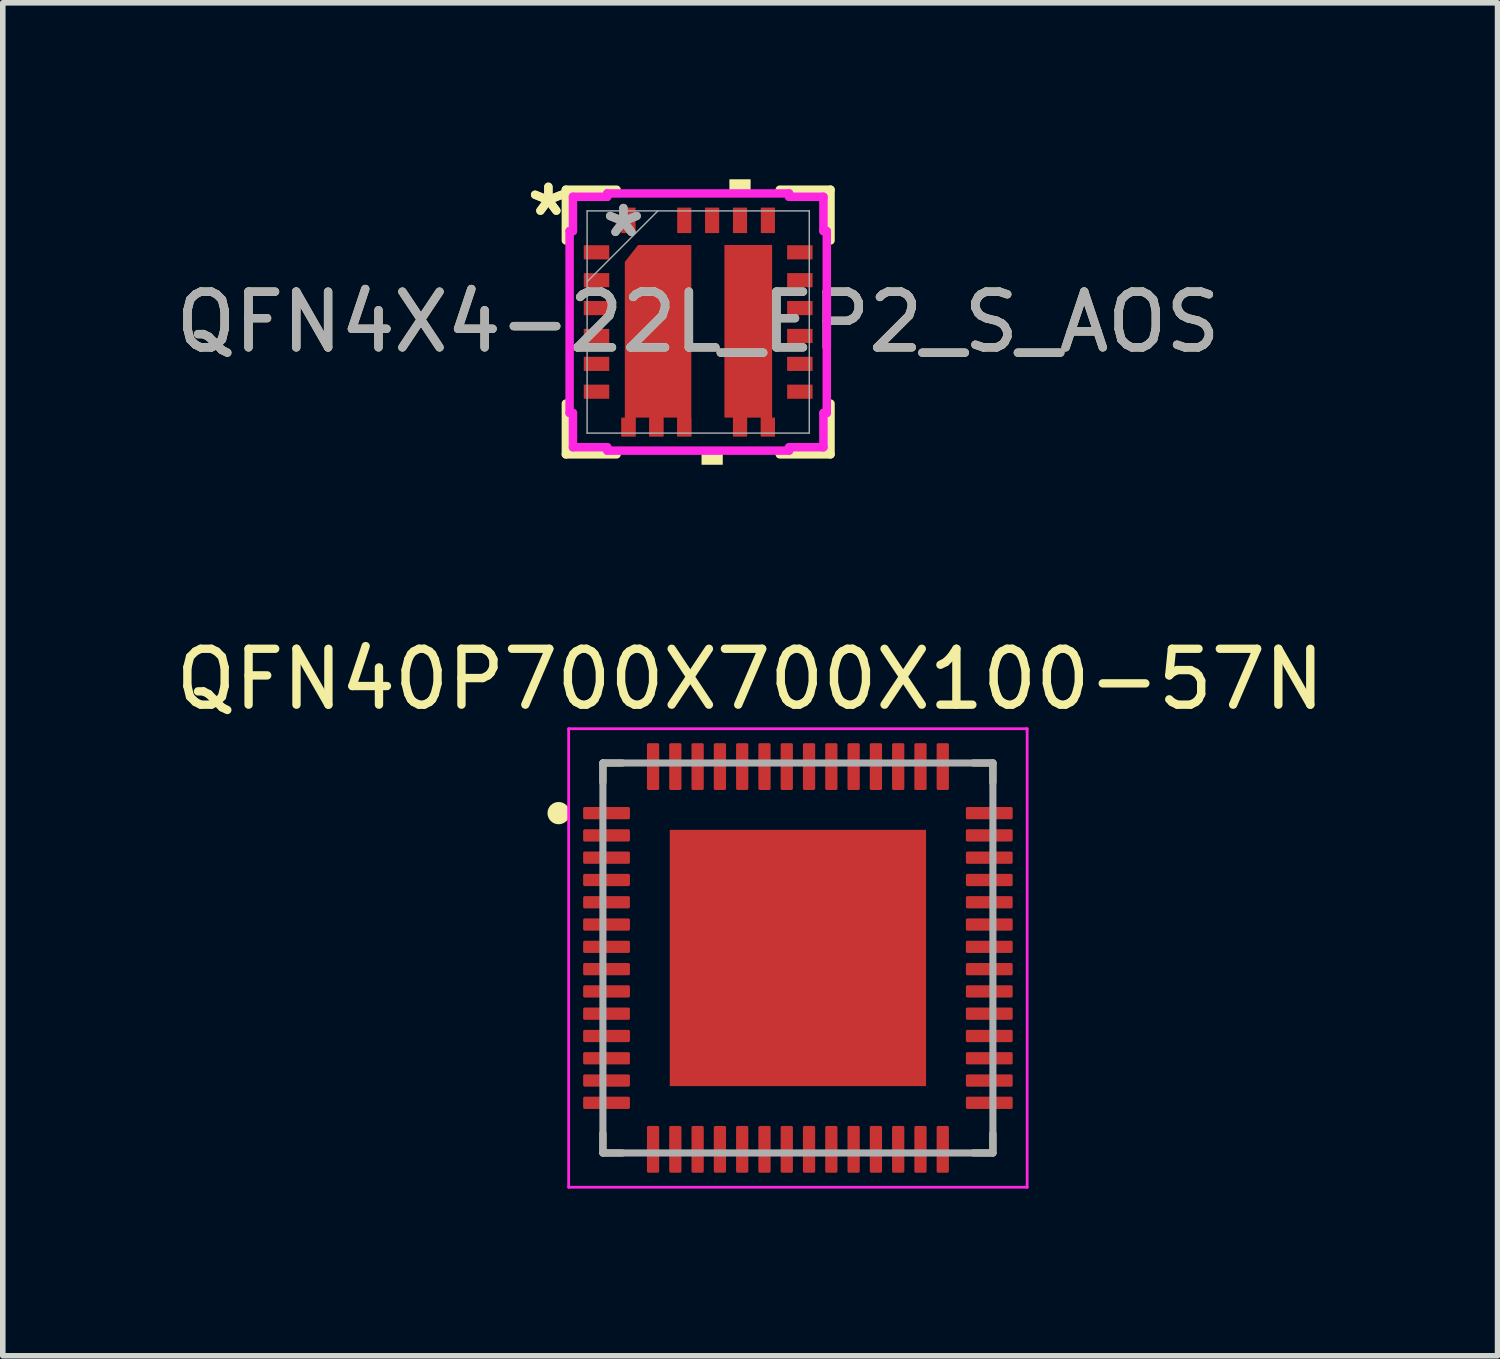
<source format=kicad_pcb>
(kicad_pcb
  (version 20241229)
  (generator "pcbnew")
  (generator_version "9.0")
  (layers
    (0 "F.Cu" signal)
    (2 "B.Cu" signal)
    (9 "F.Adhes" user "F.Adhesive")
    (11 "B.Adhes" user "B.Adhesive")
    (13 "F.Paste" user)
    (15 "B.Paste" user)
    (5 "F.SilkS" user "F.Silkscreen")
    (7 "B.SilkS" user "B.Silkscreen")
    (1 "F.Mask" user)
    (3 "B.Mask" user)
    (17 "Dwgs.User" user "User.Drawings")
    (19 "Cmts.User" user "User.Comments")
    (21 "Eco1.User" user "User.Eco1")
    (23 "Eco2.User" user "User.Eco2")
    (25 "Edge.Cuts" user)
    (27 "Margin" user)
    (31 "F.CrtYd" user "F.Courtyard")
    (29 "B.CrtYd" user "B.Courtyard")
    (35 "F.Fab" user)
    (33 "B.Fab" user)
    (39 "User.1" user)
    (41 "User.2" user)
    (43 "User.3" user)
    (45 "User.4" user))
  (footprint "QFN4X4-22L_EP2_S_AOS"
    (layer "F.Cu")
    (at 9.482 2.73)
    (property "Reference" "QFN4X4-22L_EP2_S_AOS" (at 0 0 0) (unlocked yes) (layer "F.SilkS") (effects (font (size 1 1) (thickness 0.15))))
    (attr smd)
    (fp_poly (pts (xy 0.471 1.716) (xy 0.624 1.716) (xy 0.624 2.054) (xy 0.878 2.054) (xy 0.878 1.716) (xy 1.124 1.716) (xy 1.124 2.054) (xy 1.378 2.054) (xy 1.378 1.716) (xy 1.327 1.716) (xy 1.327 -1.383) (xy 0.471 -1.383)) (stroke (width 0) (type solid)) (fill yes) (layer "F.Cu"))
    (fp_poly (pts (xy -1.378 2.054) (xy -1.378 1.716) (xy -1.317 1.716) (xy -1.317 -1.079) (xy -1.079 -1.383) (xy -0.123 -1.383) (xy -0.123 2.054) (xy -0.377 2.054) (xy -0.377 1.716) (xy -0.624 1.716) (xy -0.624 2.054) (xy -0.878 2.054) (xy -0.878 1.716) (xy -1.124 1.716) (xy -1.124 2.054)) (stroke (width 0) (type solid)) (fill yes) (layer "F.Cu"))
    (fp_poly (pts (xy 0.471 1.716) (xy 0.624 1.716) (xy 0.624 2.054) (xy 0.878 2.054) (xy 0.878 1.716) (xy 1.124 1.716) (xy 1.124 2.054) (xy 1.378 2.054) (xy 1.378 1.716) (xy 1.327 1.716) (xy 1.327 -1.383) (xy 0.471 -1.383)) (stroke (width 0) (type solid)) (fill yes) (layer "F.Mask"))
    (fp_poly (pts (xy -1.378 2.054) (xy -1.378 1.716) (xy -1.317 1.716) (xy -1.317 -1.079) (xy -1.079 -1.383) (xy -0.123 -1.383) (xy -0.123 2.054) (xy -0.377 2.054) (xy -0.377 1.716) (xy -0.624 1.716) (xy -0.624 2.054) (xy -0.878 2.054) (xy -0.878 1.716) (xy -1.124 1.716) (xy -1.124 2.054)) (stroke (width 0) (type solid)) (fill yes) (layer "F.Mask"))
    (fp_line (start -2.375 -2.375) (end -2.375 -1.464) (stroke (width 0.152) (type solid)) (layer "F.SilkS"))
    (fp_line (start -2.375 1.464) (end -2.375 2.375) (stroke (width 0.152) (type solid)) (layer "F.SilkS"))
    (fp_line (start -2.375 2.375) (end -1.464 2.375) (stroke (width 0.152) (type solid)) (layer "F.SilkS"))
    (fp_line (start -1.464 -2.375) (end -2.375 -2.375) (stroke (width 0.152) (type solid)) (layer "F.SilkS"))
    (fp_line (start 1.464 2.375) (end 2.375 2.375) (stroke (width 0.152) (type solid)) (layer "F.SilkS"))
    (fp_line (start 2.375 -2.375) (end 1.464 -2.375) (stroke (width 0.152) (type solid)) (layer "F.SilkS"))
    (fp_line (start 2.375 -1.464) (end 2.375 -2.375) (stroke (width 0.152) (type solid)) (layer "F.SilkS"))
    (fp_line (start 2.375 2.375) (end 2.375 1.464) (stroke (width 0.152) (type solid)) (layer "F.SilkS"))
    (fp_poly (pts (xy 0.06 2.308) (xy 0.06 2.562) (xy 0.441 2.562) (xy 0.441 2.308)) (stroke (width 0) (type solid)) (fill yes) (layer "F.SilkS"))
    (fp_poly (pts (xy 0.56 -2.308) (xy 0.56 -2.562) (xy 0.941 -2.562) (xy 0.941 -2.308)) (stroke (width 0) (type solid)) (fill yes) (layer "F.SilkS"))
    (fp_poly (pts (xy 0.471 1.716) (xy 0.624 1.716) (xy 0.624 2.054) (xy 0.878 2.054) (xy 0.878 1.716) (xy 1.124 1.716) (xy 1.124 2.054) (xy 1.378 2.054) (xy 1.378 1.716) (xy 1.327 1.716) (xy 1.327 -1.383) (xy 0.471 -1.383)) (stroke (width 0) (type solid)) (fill yes) (layer "F.Paste"))
    (fp_poly (pts (xy -1.378 2.054) (xy -1.378 1.716) (xy -1.317 1.716) (xy -1.317 -1.079) (xy -1.079 -1.383) (xy -0.123 -1.383) (xy -0.123 2.054) (xy -0.377 2.054) (xy -0.377 1.716) (xy -0.624 1.716) (xy -0.624 2.054) (xy -0.878 2.054) (xy -0.878 1.716) (xy -1.124 1.716) (xy -1.124 2.054)) (stroke (width 0) (type solid)) (fill yes) (layer "F.Paste"))
    (fp_line (start -2.308 -1.632) (end -2.248 -1.632) (stroke (width 0.152) (type solid)) (layer "F.CrtYd"))
    (fp_line (start -2.308 1.632) (end -2.308 -1.632) (stroke (width 0.152) (type solid)) (layer "F.CrtYd"))
    (fp_line (start -2.248 -2.248) (end -1.632 -2.248) (stroke (width 0.152) (type solid)) (layer "F.CrtYd"))
    (fp_line (start -2.248 -1.632) (end -2.248 -2.248) (stroke (width 0.152) (type solid)) (layer "F.CrtYd"))
    (fp_line (start -2.248 1.632) (end -2.308 1.632) (stroke (width 0.152) (type solid)) (layer "F.CrtYd"))
    (fp_line (start -2.248 2.248) (end -2.248 1.632) (stroke (width 0.152) (type solid)) (layer "F.CrtYd"))
    (fp_line (start -1.632 -2.308) (end 1.632 -2.308) (stroke (width 0.152) (type solid)) (layer "F.CrtYd"))
    (fp_line (start -1.632 -2.248) (end -1.632 -2.308) (stroke (width 0.152) (type solid)) (layer "F.CrtYd"))
    (fp_line (start -1.632 2.248) (end -2.248 2.248) (stroke (width 0.152) (type solid)) (layer "F.CrtYd"))
    (fp_line (start -1.632 2.308) (end -1.632 2.248) (stroke (width 0.152) (type solid)) (layer "F.CrtYd"))
    (fp_line (start 1.632 -2.308) (end 1.632 -2.248) (stroke (width 0.152) (type solid)) (layer "F.CrtYd"))
    (fp_line (start 1.632 -2.248) (end 2.248 -2.248) (stroke (width 0.152) (type solid)) (layer "F.CrtYd"))
    (fp_line (start 1.632 2.248) (end 1.632 2.308) (stroke (width 0.152) (type solid)) (layer "F.CrtYd"))
    (fp_line (start 1.632 2.308) (end -1.632 2.308) (stroke (width 0.152) (type solid)) (layer "F.CrtYd"))
    (fp_line (start 2.248 -2.248) (end 2.248 -1.632) (stroke (width 0.152) (type solid)) (layer "F.CrtYd"))
    (fp_line (start 2.248 -1.632) (end 2.308 -1.632) (stroke (width 0.152) (type solid)) (layer "F.CrtYd"))
    (fp_line (start 2.248 1.632) (end 2.248 2.248) (stroke (width 0.152) (type solid)) (layer "F.CrtYd"))
    (fp_line (start 2.248 2.248) (end 1.632 2.248) (stroke (width 0.152) (type solid)) (layer "F.CrtYd"))
    (fp_line (start 2.308 -1.632) (end 2.308 1.632) (stroke (width 0.152) (type solid)) (layer "F.CrtYd"))
    (fp_line (start 2.308 1.632) (end 2.248 1.632) (stroke (width 0.152) (type solid)) (layer "F.CrtYd"))
    (fp_line (start -1.994 -1.994) (end -1.994 1.994) (stroke (width 0.025) (type solid)) (layer "F.Fab"))
    (fp_line (start -1.994 -0.724) (end -0.724 -1.994) (stroke (width 0.025) (type solid)) (layer "F.Fab"))
    (fp_line (start -1.994 1.994) (end 1.994 1.994) (stroke (width 0.025) (type solid)) (layer "F.Fab"))
    (fp_line (start 1.994 -1.994) (end -1.994 -1.994) (stroke (width 0.025) (type solid)) (layer "F.Fab"))
    (fp_line (start 1.994 1.994) (end 1.994 -1.994) (stroke (width 0.025) (type solid)) (layer "F.Fab"))
    (fp_text user "*" (at -2.689 -1.882 0) (layer "F.SilkS") (effects (font (size 1 1) (thickness 0.15))))
    (fp_text user "*" (at -2.689 -1.882 0) (unlocked yes) (layer "F.SilkS") (effects (font (size 1 1) (thickness 0.15))))
    (fp_text user "*" (at -1.342 -1.501 0) (layer "F.Fab") (effects (font (size 1 1) (thickness 0.15))))
    (fp_text user "*" (at -1.342 -1.501 0) (unlocked yes) (layer "F.Fab") (effects (font (size 1 1) (thickness 0.15))))
    (fp_text user "${REFERENCE}" (at 0 0 0) (unlocked yes) (layer "F.Fab") (effects (font (size 1 1) (thickness 0.15))))
    (pad "1" smd rect (at -1.825 -1.251 90) (size 0.254 0.457) (layers "F.Cu" "F.Mask" "F.Paste"))
    (pad "2" smd rect (at -1.825 -0.751 90) (size 0.254 0.457) (layers "F.Cu" "F.Mask" "F.Paste"))
    (pad "3" smd rect (at -1.825 -0.25 90) (size 0.254 0.457) (layers "F.Cu" "F.Mask" "F.Paste"))
    (pad "4" smd rect (at -1.825 0.25 90) (size 0.254 0.457) (layers "F.Cu" "F.Mask" "F.Paste"))
    (pad "5" smd rect (at -1.825 0.751 90) (size 0.254 0.457) (layers "F.Cu" "F.Mask" "F.Paste"))
    (pad "6" smd rect (at -1.825 1.251 90) (size 0.254 0.457) (layers "F.Cu" "F.Mask" "F.Paste"))
    (pad "7" smd rect (at -1.251 1.888) (size 0.254 0.33) (layers "F.Cu" "F.Mask" "F.Paste"))
    (pad "8" smd rect (at -0.751 1.888) (size 0.254 0.33) (layers "F.Cu" "F.Mask" "F.Paste"))
    (pad "9" smd rect (at -0.25 1.888) (size 0.254 0.33) (layers "F.Cu" "F.Mask" "F.Paste"))
    (pad "10" smd rect (at 0.751 1.888) (size 0.254 0.33) (layers "F.Cu" "F.Mask" "F.Paste"))
    (pad "11" smd rect (at 1.251 1.888) (size 0.254 0.33) (layers "F.Cu" "F.Mask" "F.Paste"))
    (pad "12" smd rect (at 1.825 1.251 90) (size 0.254 0.457) (layers "F.Cu" "F.Mask" "F.Paste"))
    (pad "13" smd rect (at 1.825 0.751 90) (size 0.254 0.457) (layers "F.Cu" "F.Mask" "F.Paste"))
    (pad "14" smd rect (at 1.825 0.25 90) (size 0.254 0.457) (layers "F.Cu" "F.Mask" "F.Paste"))
    (pad "15" smd rect (at 1.825 -0.25 90) (size 0.254 0.457) (layers "F.Cu" "F.Mask" "F.Paste"))
    (pad "16" smd rect (at 1.825 -0.751 90) (size 0.254 0.457) (layers "F.Cu" "F.Mask" "F.Paste"))
    (pad "17" smd rect (at 1.825 -1.251 90) (size 0.254 0.457) (layers "F.Cu" "F.Mask" "F.Paste"))
    (pad "18" smd rect (at 1.251 -1.825) (size 0.254 0.457) (layers "F.Cu" "F.Mask" "F.Paste"))
    (pad "19" smd rect (at 0.751 -1.825) (size 0.254 0.457) (layers "F.Cu" "F.Mask" "F.Paste"))
    (pad "20" smd rect (at 0.25 -1.825) (size 0.254 0.457) (layers "F.Cu" "F.Mask" "F.Paste"))
    (pad "21" smd rect (at -0.25 -1.825) (size 0.254 0.457) (layers "F.Cu" "F.Mask" "F.Paste"))
    (pad "22" smd rect (at -1.251 -1.825) (size 0.254 0.457) (layers "F.Cu" "F.Mask" "F.Paste")))
  (footprint "QFN40P700X700X100-57N"
    (layer "F.Cu")
    (at 11.272 14.145)
    (property "Reference" "QFN40P700X700X100-57N" (at -0.857 -5.003 0) (layer "F.SilkS") (effects (font (size 1.003 1.003) (thickness 0.15))))
    (attr smd)
    (fp_line (start -3.5 -3.5) (end -3.5 -3.15) (stroke (width 0.127) (type solid)) (layer "F.SilkS"))
    (fp_line (start -3.5 -3.5) (end -3.15 -3.5) (stroke (width 0.127) (type solid)) (layer "F.SilkS"))
    (fp_line (start -3.5 3.5) (end -3.5 3.15) (stroke (width 0.127) (type solid)) (layer "F.SilkS"))
    (fp_line (start -3.5 3.5) (end -3.15 3.5) (stroke (width 0.127) (type solid)) (layer "F.SilkS"))
    (fp_line (start 3.5 -3.5) (end 3.15 -3.5) (stroke (width 0.127) (type solid)) (layer "F.SilkS"))
    (fp_line (start 3.5 -3.5) (end 3.5 -3.15) (stroke (width 0.127) (type solid)) (layer "F.SilkS"))
    (fp_line (start 3.5 3.5) (end 3.15 3.5) (stroke (width 0.127) (type solid)) (layer "F.SilkS"))
    (fp_line (start 3.5 3.5) (end 3.5 3.15) (stroke (width 0.127) (type solid)) (layer "F.SilkS"))
    (fp_circle (center -4.295 -2.6) (end -4.195 -2.6) (stroke (width 0.2) (type solid)) (fill no) (layer "F.SilkS"))
    (fp_poly (pts (xy -1.45 -1.45) (xy 1.45 -1.45) (xy 1.45 1.45) (xy -1.45 1.45)) (stroke (width 0.01) (type solid)) (fill yes) (layer "F.Paste"))
    (fp_line (start -4.115 -4.115) (end 4.115 -4.115) (stroke (width 0.05) (type solid)) (layer "F.CrtYd"))
    (fp_line (start -4.115 4.115) (end -4.115 -4.115) (stroke (width 0.05) (type solid)) (layer "F.CrtYd"))
    (fp_line (start -4.115 4.115) (end 4.115 4.115) (stroke (width 0.05) (type solid)) (layer "F.CrtYd"))
    (fp_line (start 4.115 4.115) (end 4.115 -4.115) (stroke (width 0.05) (type solid)) (layer "F.CrtYd"))
    (fp_line (start -3.5 3.5) (end -3.5 -3.5) (stroke (width 0.127) (type solid)) (layer "F.Fab"))
    (fp_line (start 3.5 -3.5) (end -3.5 -3.5) (stroke (width 0.127) (type solid)) (layer "F.Fab"))
    (fp_line (start 3.5 3.5) (end -3.5 3.5) (stroke (width 0.127) (type solid)) (layer "F.Fab"))
    (fp_line (start 3.5 3.5) (end 3.5 -3.5) (stroke (width 0.127) (type solid)) (layer "F.Fab"))
    (pad "1" smd roundrect (at -3.435 -2.6) (size 0.84 0.22) (layers "F.Cu" "F.Mask" "F.Paste") (roundrect_rratio 0.125))
    (pad "2" smd roundrect (at -3.435 -2.2) (size 0.84 0.22) (layers "F.Cu" "F.Mask" "F.Paste") (roundrect_rratio 0.125))
    (pad "3" smd roundrect (at -3.435 -1.8) (size 0.84 0.22) (layers "F.Cu" "F.Mask" "F.Paste") (roundrect_rratio 0.125))
    (pad "4" smd roundrect (at -3.435 -1.4) (size 0.84 0.22) (layers "F.Cu" "F.Mask" "F.Paste") (roundrect_rratio 0.125))
    (pad "5" smd roundrect (at -3.435 -1) (size 0.84 0.22) (layers "F.Cu" "F.Mask" "F.Paste") (roundrect_rratio 0.125))
    (pad "6" smd roundrect (at -3.435 -0.6) (size 0.84 0.22) (layers "F.Cu" "F.Mask" "F.Paste") (roundrect_rratio 0.125))
    (pad "7" smd roundrect (at -3.435 -0.2) (size 0.84 0.22) (layers "F.Cu" "F.Mask" "F.Paste") (roundrect_rratio 0.125))
    (pad "8" smd roundrect (at -3.435 0.2) (size 0.84 0.22) (layers "F.Cu" "F.Mask" "F.Paste") (roundrect_rratio 0.125))
    (pad "9" smd roundrect (at -3.435 0.6) (size 0.84 0.22) (layers "F.Cu" "F.Mask" "F.Paste") (roundrect_rratio 0.125))
    (pad "10" smd roundrect (at -3.435 1) (size 0.84 0.22) (layers "F.Cu" "F.Mask" "F.Paste") (roundrect_rratio 0.125))
    (pad "11" smd roundrect (at -3.435 1.4) (size 0.84 0.22) (layers "F.Cu" "F.Mask" "F.Paste") (roundrect_rratio 0.125))
    (pad "12" smd roundrect (at -3.435 1.8) (size 0.84 0.22) (layers "F.Cu" "F.Mask" "F.Paste") (roundrect_rratio 0.125))
    (pad "13" smd roundrect (at -3.435 2.2) (size 0.84 0.22) (layers "F.Cu" "F.Mask" "F.Paste") (roundrect_rratio 0.125))
    (pad "14" smd roundrect (at -3.435 2.6) (size 0.84 0.22) (layers "F.Cu" "F.Mask" "F.Paste") (roundrect_rratio 0.125))
    (pad "15" smd roundrect (at -2.6 3.435) (size 0.22 0.84) (layers "F.Cu" "F.Mask" "F.Paste") (roundrect_rratio 0.125))
    (pad "16" smd roundrect (at -2.2 3.435) (size 0.22 0.84) (layers "F.Cu" "F.Mask" "F.Paste") (roundrect_rratio 0.125))
    (pad "17" smd roundrect (at -1.8 3.435) (size 0.22 0.84) (layers "F.Cu" "F.Mask" "F.Paste") (roundrect_rratio 0.125))
    (pad "18" smd roundrect (at -1.4 3.435) (size 0.22 0.84) (layers "F.Cu" "F.Mask" "F.Paste") (roundrect_rratio 0.125))
    (pad "19" smd roundrect (at -1 3.435) (size 0.22 0.84) (layers "F.Cu" "F.Mask" "F.Paste") (roundrect_rratio 0.125))
    (pad "20" smd roundrect (at -0.6 3.435) (size 0.22 0.84) (layers "F.Cu" "F.Mask" "F.Paste") (roundrect_rratio 0.125))
    (pad "21" smd roundrect (at -0.2 3.435) (size 0.22 0.84) (layers "F.Cu" "F.Mask" "F.Paste") (roundrect_rratio 0.125))
    (pad "22" smd roundrect (at 0.2 3.435) (size 0.22 0.84) (layers "F.Cu" "F.Mask" "F.Paste") (roundrect_rratio 0.125))
    (pad "23" smd roundrect (at 0.6 3.435) (size 0.22 0.84) (layers "F.Cu" "F.Mask" "F.Paste") (roundrect_rratio 0.125))
    (pad "24" smd roundrect (at 1 3.435) (size 0.22 0.84) (layers "F.Cu" "F.Mask" "F.Paste") (roundrect_rratio 0.125))
    (pad "25" smd roundrect (at 1.4 3.435) (size 0.22 0.84) (layers "F.Cu" "F.Mask" "F.Paste") (roundrect_rratio 0.125))
    (pad "26" smd roundrect (at 1.8 3.435) (size 0.22 0.84) (layers "F.Cu" "F.Mask" "F.Paste") (roundrect_rratio 0.125))
    (pad "27" smd roundrect (at 2.2 3.435) (size 0.22 0.84) (layers "F.Cu" "F.Mask" "F.Paste") (roundrect_rratio 0.125))
    (pad "28" smd roundrect (at 2.6 3.435) (size 0.22 0.84) (layers "F.Cu" "F.Mask" "F.Paste") (roundrect_rratio 0.125))
    (pad "29" smd roundrect (at 3.435 2.6) (size 0.84 0.22) (layers "F.Cu" "F.Mask" "F.Paste") (roundrect_rratio 0.125))
    (pad "30" smd roundrect (at 3.435 2.2) (size 0.84 0.22) (layers "F.Cu" "F.Mask" "F.Paste") (roundrect_rratio 0.125))
    (pad "31" smd roundrect (at 3.435 1.8) (size 0.84 0.22) (layers "F.Cu" "F.Mask" "F.Paste") (roundrect_rratio 0.125))
    (pad "32" smd roundrect (at 3.435 1.4) (size 0.84 0.22) (layers "F.Cu" "F.Mask" "F.Paste") (roundrect_rratio 0.125))
    (pad "33" smd roundrect (at 3.435 1) (size 0.84 0.22) (layers "F.Cu" "F.Mask" "F.Paste") (roundrect_rratio 0.125))
    (pad "34" smd roundrect (at 3.435 0.6) (size 0.84 0.22) (layers "F.Cu" "F.Mask" "F.Paste") (roundrect_rratio 0.125))
    (pad "35" smd roundrect (at 3.435 0.2) (size 0.84 0.22) (layers "F.Cu" "F.Mask" "F.Paste") (roundrect_rratio 0.125))
    (pad "36" smd roundrect (at 3.435 -0.2) (size 0.84 0.22) (layers "F.Cu" "F.Mask" "F.Paste") (roundrect_rratio 0.125))
    (pad "37" smd roundrect (at 3.435 -0.6) (size 0.84 0.22) (layers "F.Cu" "F.Mask" "F.Paste") (roundrect_rratio 0.125))
    (pad "38" smd roundrect (at 3.435 -1) (size 0.84 0.22) (layers "F.Cu" "F.Mask" "F.Paste") (roundrect_rratio 0.125))
    (pad "39" smd roundrect (at 3.435 -1.4) (size 0.84 0.22) (layers "F.Cu" "F.Mask" "F.Paste") (roundrect_rratio 0.125))
    (pad "40" smd roundrect (at 3.435 -1.8) (size 0.84 0.22) (layers "F.Cu" "F.Mask" "F.Paste") (roundrect_rratio 0.125))
    (pad "41" smd roundrect (at 3.435 -2.2) (size 0.84 0.22) (layers "F.Cu" "F.Mask" "F.Paste") (roundrect_rratio 0.125))
    (pad "42" smd roundrect (at 3.435 -2.6) (size 0.84 0.22) (layers "F.Cu" "F.Mask" "F.Paste") (roundrect_rratio 0.125))
    (pad "43" smd roundrect (at 2.6 -3.435) (size 0.22 0.84) (layers "F.Cu" "F.Mask" "F.Paste") (roundrect_rratio 0.125))
    (pad "44" smd roundrect (at 2.2 -3.435) (size 0.22 0.84) (layers "F.Cu" "F.Mask" "F.Paste") (roundrect_rratio 0.125))
    (pad "45" smd roundrect (at 1.8 -3.435) (size 0.22 0.84) (layers "F.Cu" "F.Mask" "F.Paste") (roundrect_rratio 0.125))
    (pad "46" smd roundrect (at 1.4 -3.435) (size 0.22 0.84) (layers "F.Cu" "F.Mask" "F.Paste") (roundrect_rratio 0.125))
    (pad "47" smd roundrect (at 1 -3.435) (size 0.22 0.84) (layers "F.Cu" "F.Mask" "F.Paste") (roundrect_rratio 0.125))
    (pad "48" smd roundrect (at 0.6 -3.435) (size 0.22 0.84) (layers "F.Cu" "F.Mask" "F.Paste") (roundrect_rratio 0.125))
    (pad "49" smd roundrect (at 0.2 -3.435) (size 0.22 0.84) (layers "F.Cu" "F.Mask" "F.Paste") (roundrect_rratio 0.125))
    (pad "50" smd roundrect (at -0.2 -3.435) (size 0.22 0.84) (layers "F.Cu" "F.Mask" "F.Paste") (roundrect_rratio 0.125))
    (pad "51" smd roundrect (at -0.6 -3.435) (size 0.22 0.84) (layers "F.Cu" "F.Mask" "F.Paste") (roundrect_rratio 0.125))
    (pad "52" smd roundrect (at -1 -3.435) (size 0.22 0.84) (layers "F.Cu" "F.Mask" "F.Paste") (roundrect_rratio 0.125))
    (pad "53" smd roundrect (at -1.4 -3.435) (size 0.22 0.84) (layers "F.Cu" "F.Mask" "F.Paste") (roundrect_rratio 0.125))
    (pad "54" smd roundrect (at -1.8 -3.435) (size 0.22 0.84) (layers "F.Cu" "F.Mask" "F.Paste") (roundrect_rratio 0.125))
    (pad "55" smd roundrect (at -2.2 -3.435) (size 0.22 0.84) (layers "F.Cu" "F.Mask" "F.Paste") (roundrect_rratio 0.125))
    (pad "56" smd roundrect (at -2.6 -3.435) (size 0.22 0.84) (layers "F.Cu" "F.Mask" "F.Paste") (roundrect_rratio 0.125))
    (pad "57" smd rect (at 0 0) (size 4.6 4.6) (layers "F.Cu" "F.Mask")))
  (gr_rect
    (start -3 -3)
    (end 23.83 21.285)
    (stroke (width 0.1) (type default))
    (fill no)
    (layer "Edge.Cuts")))
</source>
